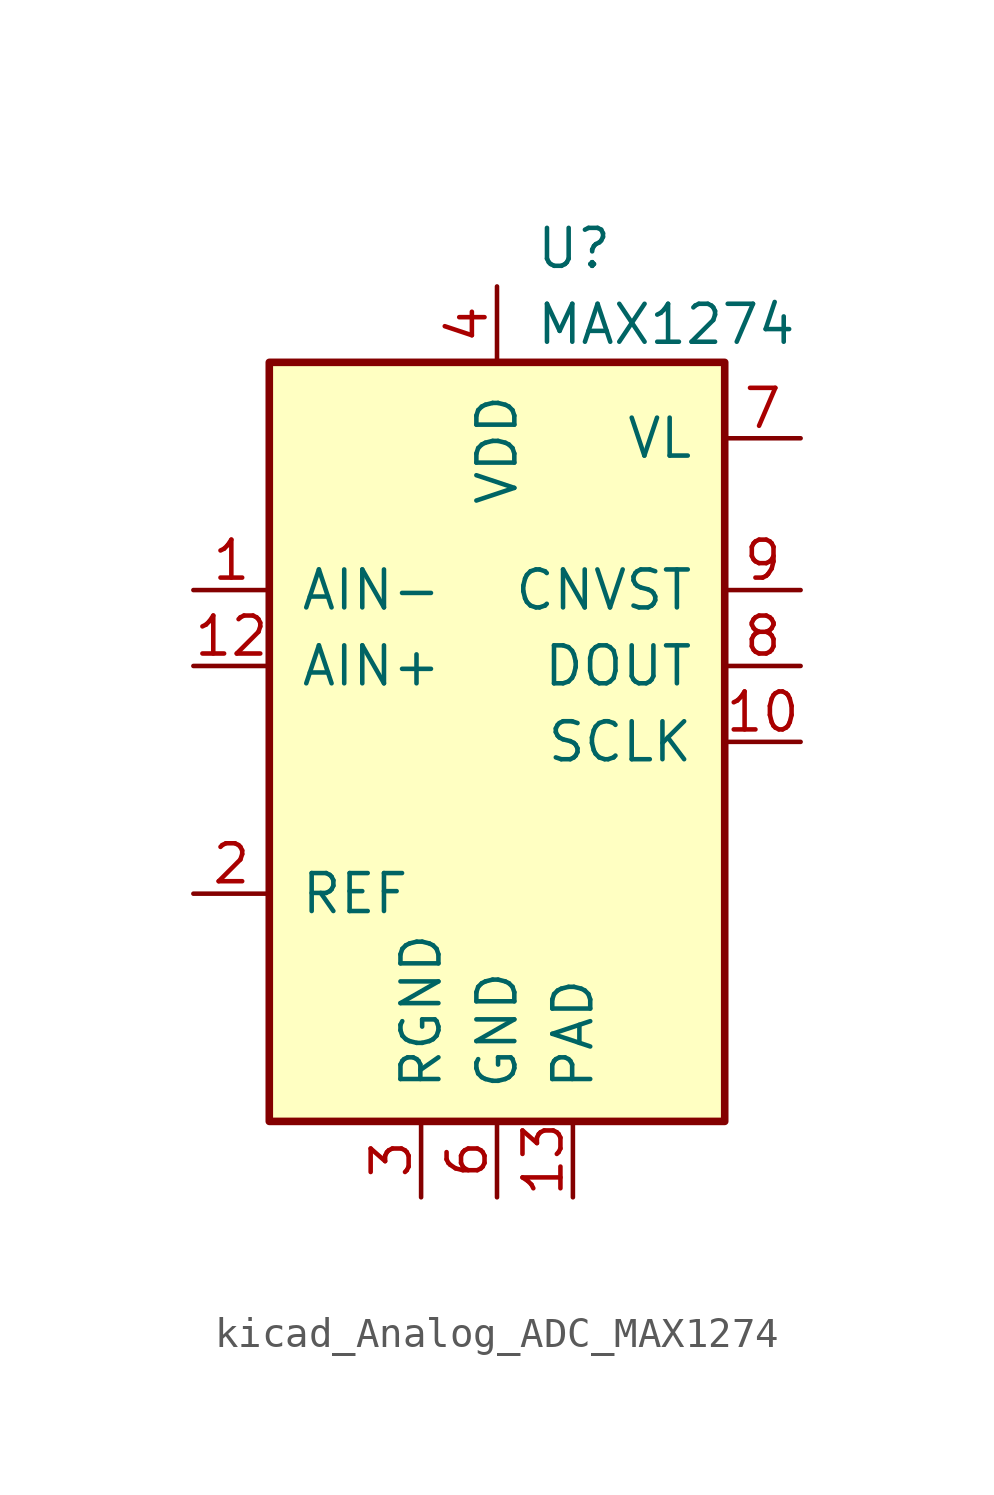
<source format=kicad_sym>
(kicad_symbol_lib
  (version 20220914)
  (generator kicad_symbol_editor)
  (symbol "kicad_Analog_ADC_MAX1274"
    (pin_names
      (offset 1.016))
    (property "Reference" "U"
      (at 1.27 16.51 0)
      (effects (font (size 1.27 1.27)) (justify left)))
    (property "Value" "MAX1274"
      (at 1.27 13.97 0)
      (effects (font (size 1.27 1.27)) (justify left)))
    (symbol "kicad_Analog_ADC_MAX1274_1_1"
      (rectangle (start -7.62 12.7) (end 7.62 -12.7) (stroke (width 0.254) (type default)) (fill (type background)))
      (pin input line (at -10.16 5.08 0) (length 2.54) (name "AIN-" (effects (font (size 1.27 1.27)))) (number "1" (effects (font (size 1.27 1.27)))))
      (pin input line (at 10.16 0 180) (length 2.54) (name "SCLK" (effects (font (size 1.27 1.27)))) (number "10" (effects (font (size 1.27 1.27)))))
      (pin no_connect line (at 7.62 -5.08 180) (length 2.54) hide (name "NC" (effects (font (size 1.27 1.27)))) (number "11" (effects (font (size 1.27 1.27)))))
      (pin input line (at -10.16 2.54 0) (length 2.54) (name "AIN+" (effects (font (size 1.27 1.27)))) (number "12" (effects (font (size 1.27 1.27)))))
      (pin power_in line (at 2.54 -15.24 90) (length 2.54) (name "PAD" (effects (font (size 1.27 1.27)))) (number "13" (effects (font (size 1.27 1.27)))))
      (pin input line (at -10.16 -5.08 0) (length 2.54) (name "REF" (effects (font (size 1.27 1.27)))) (number "2" (effects (font (size 1.27 1.27)))))
      (pin power_in line (at -2.54 -15.24 90) (length 2.54) (name "RGND" (effects (font (size 1.27 1.27)))) (number "3" (effects (font (size 1.27 1.27)))))
      (pin power_in line (at 0 15.24 270) (length 2.54) (name "VDD" (effects (font (size 1.27 1.27)))) (number "4" (effects (font (size 1.27 1.27)))))
      (pin no_connect line (at 7.62 -7.62 180) (length 2.54) hide (name "NC" (effects (font (size 1.27 1.27)))) (number "5" (effects (font (size 1.27 1.27)))))
      (pin power_in line (at 0 -15.24 90) (length 2.54) (name "GND" (effects (font (size 1.27 1.27)))) (number "6" (effects (font (size 1.27 1.27)))))
      (pin power_in line (at 10.16 10.16 180) (length 2.54) (name "VL" (effects (font (size 1.27 1.27)))) (number "7" (effects (font (size 1.27 1.27)))))
      (pin output line (at 10.16 2.54 180) (length 2.54) (name "DOUT" (effects (font (size 1.27 1.27)))) (number "8" (effects (font (size 1.27 1.27)))))
      (pin input line (at 10.16 5.08 180) (length 2.54) (name "CNVST" (effects (font (size 1.27 1.27)))) (number "9" (effects (font (size 1.27 1.27))))))))
</source>
